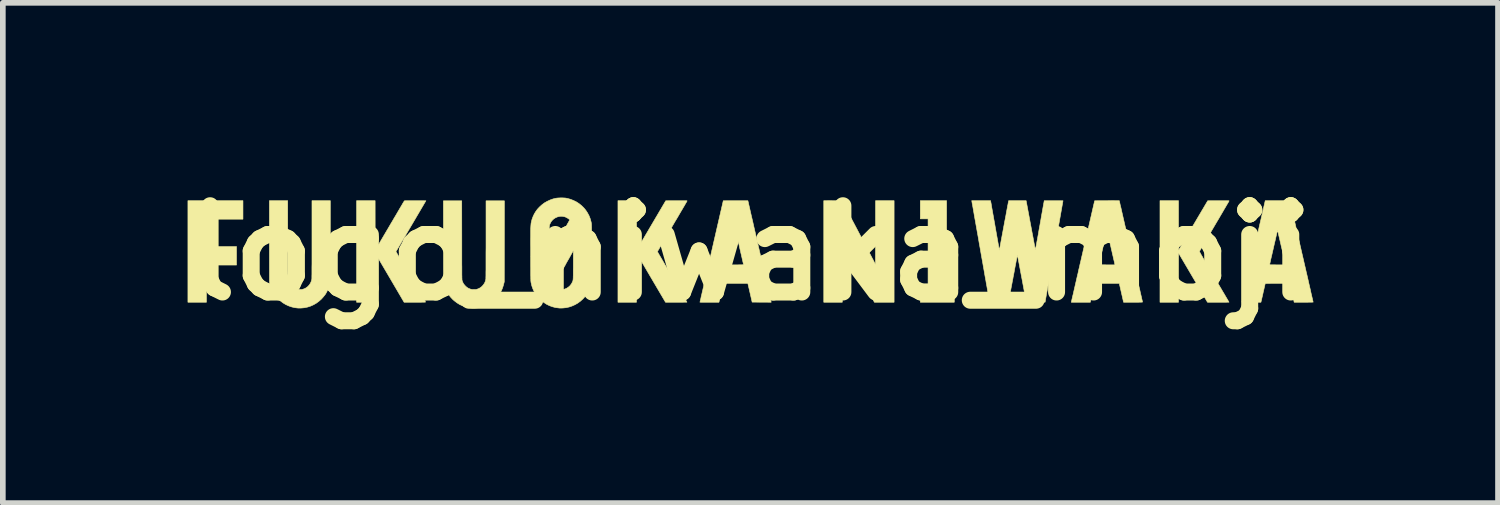
<source format=kicad_pcb>
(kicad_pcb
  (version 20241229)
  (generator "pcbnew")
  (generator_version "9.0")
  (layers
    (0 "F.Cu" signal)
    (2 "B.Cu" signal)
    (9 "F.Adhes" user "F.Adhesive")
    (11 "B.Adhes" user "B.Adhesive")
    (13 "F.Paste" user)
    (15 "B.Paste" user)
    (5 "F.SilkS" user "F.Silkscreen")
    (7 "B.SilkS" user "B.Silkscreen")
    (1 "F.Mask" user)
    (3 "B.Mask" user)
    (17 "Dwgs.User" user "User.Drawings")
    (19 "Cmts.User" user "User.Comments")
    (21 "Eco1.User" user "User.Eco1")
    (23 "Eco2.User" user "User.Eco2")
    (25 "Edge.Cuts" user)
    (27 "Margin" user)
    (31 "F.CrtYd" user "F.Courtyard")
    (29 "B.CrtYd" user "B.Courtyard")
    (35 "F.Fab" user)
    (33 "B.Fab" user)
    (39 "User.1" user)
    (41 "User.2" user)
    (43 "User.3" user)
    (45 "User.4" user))
  (footprint "logo_niwaka_moji"
    (layer "F.Cu")
    (at 10.204 1.418)
    (property "Reference" "logo_niwaka_moji" (at 0 0 0) (layer "F.SilkS") (effects (font (size 1.524 1.524) (thickness 0.3))))
    (attr through_hole)
    (fp_poly (pts (xy -8.963 -0.597) (xy -9.608 -0.597) (xy -9.608 -0.114) (xy -9.077 -0.114) (xy -9.077 0.213) (xy -9.608 0.213) (xy -9.608 0.87) (xy -9.935 0.87) (xy -9.935 -0.924) (xy -8.963 -0.924) (xy -8.963 -0.597)) (stroke (width 0.01) (type solid)) (fill yes) (layer "F.SilkS"))
    (fp_poly (pts (xy 3.464 0.549) (xy 3.6 0.549) (xy 3.6 0.87) (xy 3 0.87) (xy 3 0.549) (xy 3.137 0.549) (xy 3.137 -0.603) (xy 3 -0.603) (xy 3 -0.924) (xy 3.464 -0.924) (xy 3.464 0.549)) (stroke (width 0.01) (type solid)) (fill yes) (layer "F.SilkS"))
    (fp_poly (pts (xy 1.456 -0.923) (xy 1.617 -0.922) (xy 1.913 -0.361) (xy 2.208 0.201) (xy 2.209 -0.361) (xy 2.21 -0.924) (xy 2.537 -0.924) (xy 2.537 0.87) (xy 2.363 0.87) (xy 2.189 0.87) (xy 1.906 0.331) (xy 1.622 -0.208) (xy 1.622 0.87) (xy 1.295 0.87) (xy 1.295 -0.924) (xy 1.456 -0.923)) (stroke (width 0.01) (type solid)) (fill yes) (layer "F.SilkS"))
    (fp_poly (pts (xy -6.628 -0.047) (xy -6.372 -0.481) (xy -6.344 -0.529) (xy -6.316 -0.576) (xy -6.29 -0.621) (xy -6.264 -0.664) (xy -6.24 -0.705) (xy -6.218 -0.743) (xy -6.197 -0.779) (xy -6.178 -0.811) (xy -6.161 -0.839) (xy -6.147 -0.864) (xy -6.135 -0.884) (xy -6.125 -0.9) (xy -6.118 -0.912) (xy -6.114 -0.918) (xy -6.114 -0.919) (xy -6.112 -0.92) (xy -6.109 -0.921) (xy -6.104 -0.922) (xy -6.096 -0.922) (xy -6.085 -0.923) (xy -6.071 -0.923) (xy -6.053 -0.923) (xy -6.03 -0.923) (xy -6.003 -0.923) (xy -5.97 -0.923) (xy -5.931 -0.923) (xy -5.921 -0.923) (xy -5.732 -0.922) (xy -5.996 -0.473) (xy -6.261 -0.024) (xy -6.252 -0.01) (xy -6.25 -0.005) (xy -6.244 0.004) (xy -6.236 0.019) (xy -6.225 0.038) (xy -6.211 0.061) (xy -6.195 0.088) (xy -6.177 0.118) (xy -6.157 0.153) (xy -6.135 0.19) (xy -6.112 0.229) (xy -6.087 0.272) (xy -6.061 0.316) (xy -6.034 0.362) (xy -6.006 0.41) (xy -5.992 0.433) (xy -5.964 0.481) (xy -5.936 0.528) (xy -5.91 0.573) (xy -5.885 0.616) (xy -5.861 0.656) (xy -5.839 0.694) (xy -5.818 0.729) (xy -5.8 0.76) (xy -5.783 0.788) (xy -5.769 0.812) (xy -5.757 0.833) (xy -5.748 0.848) (xy -5.742 0.859) (xy -5.739 0.865) (xy -5.738 0.866) (xy -5.739 0.867) (xy -5.742 0.868) (xy -5.749 0.868) (xy -5.759 0.869) (xy -5.773 0.869) (xy -5.791 0.869) (xy -5.814 0.87) (xy -5.842 0.87) (xy -5.875 0.87) (xy -5.914 0.87) (xy -5.927 0.87) (xy -6.117 0.87) (xy -6.372 0.435) (xy -6.628 -0.000107) (xy -6.629 0.435) (xy -6.629 0.87) (xy -6.956 0.87) (xy -6.956 -0.924) (xy -6.629 -0.924) (xy -6.628 -0.047)) (stroke (width 0.01) (type solid)) (fill yes) (layer "F.SilkS"))
    (fp_poly (pts (xy -2.012 -0.486) (xy -2.011 -0.047) (xy -1.496 -0.922) (xy -1.307 -0.923) (xy -1.267 -0.923) (xy -1.234 -0.923) (xy -1.205 -0.923) (xy -1.182 -0.923) (xy -1.163 -0.923) (xy -1.149 -0.923) (xy -1.137 -0.923) (xy -1.129 -0.922) (xy -1.124 -0.922) (xy -1.121 -0.921) (xy -1.119 -0.92) (xy -1.119 -0.919) (xy -1.119 -0.919) (xy -1.121 -0.915) (xy -1.126 -0.907) (xy -1.133 -0.894) (xy -1.144 -0.876) (xy -1.157 -0.853) (xy -1.172 -0.827) (xy -1.19 -0.797) (xy -1.209 -0.764) (xy -1.231 -0.727) (xy -1.254 -0.688) (xy -1.278 -0.646) (xy -1.304 -0.602) (xy -1.332 -0.556) (xy -1.36 -0.508) (xy -1.382 -0.47) (xy -1.411 -0.421) (xy -1.438 -0.374) (xy -1.465 -0.328) (xy -1.491 -0.285) (xy -1.515 -0.244) (xy -1.537 -0.205) (xy -1.558 -0.169) (xy -1.577 -0.137) (xy -1.594 -0.108) (xy -1.609 -0.083) (xy -1.621 -0.061) (xy -1.631 -0.045) (xy -1.638 -0.033) (xy -1.642 -0.025) (xy -1.643 -0.023) (xy -1.641 -0.02) (xy -1.636 -0.012) (xy -1.629 0.001) (xy -1.619 0.019) (xy -1.606 0.041) (xy -1.591 0.067) (xy -1.573 0.097) (xy -1.554 0.13) (xy -1.533 0.166) (xy -1.51 0.206) (xy -1.485 0.247) (xy -1.459 0.292) (xy -1.432 0.338) (xy -1.404 0.385) (xy -1.382 0.423) (xy -1.353 0.472) (xy -1.325 0.52) (xy -1.298 0.565) (xy -1.273 0.609) (xy -1.249 0.65) (xy -1.226 0.688) (xy -1.205 0.724) (xy -1.186 0.756) (xy -1.169 0.785) (xy -1.155 0.81) (xy -1.142 0.831) (xy -1.133 0.848) (xy -1.126 0.86) (xy -1.122 0.866) (xy -1.121 0.868) (xy -1.124 0.869) (xy -1.133 0.869) (xy -1.147 0.869) (xy -1.166 0.869) (xy -1.189 0.87) (xy -1.215 0.87) (xy -1.245 0.87) (xy -1.277 0.87) (xy -1.31 0.87) (xy -1.5 0.87) (xy -1.756 0.435) (xy -2.011 0.001) (xy -2.013 0.87) (xy -2.34 0.87) (xy -2.34 -0.924) (xy -2.013 -0.924) (xy -2.012 -0.486)) (stroke (width 0.01) (type solid)) (fill yes) (layer "F.SilkS"))
    (fp_poly (pts (xy 7.56 -0.486) (xy 7.561 -0.048) (xy 7.818 -0.485) (xy 8.076 -0.922) (xy 8.266 -0.923) (xy 8.307 -0.923) (xy 8.341 -0.923) (xy 8.371 -0.923) (xy 8.395 -0.923) (xy 8.414 -0.923) (xy 8.429 -0.923) (xy 8.44 -0.922) (xy 8.448 -0.922) (xy 8.452 -0.921) (xy 8.454 -0.92) (xy 8.454 -0.92) (xy 8.452 -0.917) (xy 8.448 -0.909) (xy 8.44 -0.896) (xy 8.43 -0.878) (xy 8.417 -0.857) (xy 8.402 -0.831) (xy 8.385 -0.802) (xy 8.366 -0.77) (xy 8.346 -0.735) (xy 8.324 -0.697) (xy 8.3 -0.657) (xy 8.276 -0.615) (xy 8.25 -0.572) (xy 8.224 -0.528) (xy 8.197 -0.482) (xy 8.17 -0.436) (xy 8.143 -0.39) (xy 8.116 -0.343) (xy 8.089 -0.297) (xy 8.062 -0.252) (xy 8.036 -0.208) (xy 8.011 -0.165) (xy 7.986 -0.124) (xy 7.963 -0.085) (xy 7.942 -0.048) (xy 7.932 -0.032) (xy 7.932 -0.03) (xy 7.931 -0.029) (xy 7.931 -0.027) (xy 7.932 -0.024) (xy 7.933 -0.021) (xy 7.936 -0.016) (xy 7.939 -0.009) (xy 7.943 -0.001) (xy 7.949 0.01) (xy 7.956 0.022) (xy 7.964 0.038) (xy 7.975 0.055) (xy 7.987 0.077) (xy 8.001 0.101) (xy 8.017 0.129) (xy 8.036 0.16) (xy 8.057 0.196) (xy 8.08 0.236) (xy 8.106 0.281) (xy 8.135 0.33) (xy 8.167 0.384) (xy 8.19 0.422) (xy 8.218 0.471) (xy 8.246 0.518) (xy 8.273 0.564) (xy 8.299 0.608) (xy 8.323 0.649) (xy 8.346 0.688) (xy 8.367 0.723) (xy 8.386 0.756) (xy 8.403 0.785) (xy 8.418 0.81) (xy 8.43 0.831) (xy 8.44 0.848) (xy 8.447 0.86) (xy 8.451 0.867) (xy 8.452 0.869) (xy 8.449 0.869) (xy 8.44 0.869) (xy 8.426 0.869) (xy 8.407 0.87) (xy 8.384 0.87) (xy 8.357 0.87) (xy 8.328 0.87) (xy 8.296 0.87) (xy 8.262 0.87) (xy 8.072 0.87) (xy 7.817 0.436) (xy 7.561 0.001) (xy 7.56 0.87) (xy 7.233 0.87) (xy 7.233 -0.924) (xy 7.56 -0.924) (xy 7.56 -0.486)) (stroke (width 0.01) (type solid)) (fill yes) (layer "F.SilkS"))
    (fp_poly (pts (xy -4.347 -0.206) (xy -4.348 0.51) (xy -4.356 0.541) (xy -4.368 0.585) (xy -4.383 0.629) (xy -4.401 0.671) (xy -4.422 0.709) (xy -4.434 0.729) (xy -4.468 0.774) (xy -4.507 0.816) (xy -4.549 0.854) (xy -4.595 0.887) (xy -4.644 0.915) (xy -4.694 0.938) (xy -4.747 0.955) (xy -4.8 0.966) (xy -4.813 0.968) (xy -4.833 0.97) (xy -4.856 0.972) (xy -4.878 0.973) (xy -4.899 0.973) (xy -4.915 0.973) (xy -4.973 0.966) (xy -5.029 0.953) (xy -5.083 0.934) (xy -5.136 0.91) (xy -5.185 0.879) (xy -5.232 0.843) (xy -5.259 0.819) (xy -5.299 0.776) (xy -5.334 0.73) (xy -5.363 0.68) (xy -5.388 0.627) (xy -5.407 0.571) (xy -5.414 0.541) (xy -5.421 0.51) (xy -5.422 -0.206) (xy -5.423 -0.921) (xy -5.099 -0.921) (xy -5.098 -0.226) (xy -5.098 -0.148) (xy -5.098 -0.076) (xy -5.098 -0.009) (xy -5.098 0.052) (xy -5.098 0.107) (xy -5.098 0.158) (xy -5.098 0.203) (xy -5.097 0.245) (xy -5.097 0.281) (xy -5.097 0.314) (xy -5.097 0.343) (xy -5.097 0.368) (xy -5.097 0.39) (xy -5.096 0.409) (xy -5.096 0.425) (xy -5.096 0.439) (xy -5.095 0.45) (xy -5.095 0.46) (xy -5.095 0.467) (xy -5.094 0.473) (xy -5.094 0.478) (xy -5.093 0.482) (xy -5.093 0.485) (xy -5.092 0.487) (xy -5.092 0.487) (xy -5.081 0.517) (xy -5.067 0.544) (xy -5.048 0.568) (xy -5.036 0.581) (xy -5.017 0.599) (xy -4.999 0.613) (xy -4.98 0.624) (xy -4.958 0.633) (xy -4.948 0.637) (xy -4.936 0.641) (xy -4.925 0.643) (xy -4.914 0.645) (xy -4.901 0.646) (xy -4.885 0.646) (xy -4.867 0.646) (xy -4.854 0.645) (xy -4.843 0.643) (xy -4.832 0.641) (xy -4.821 0.637) (xy -4.795 0.627) (xy -4.773 0.614) (xy -4.752 0.599) (xy -4.74 0.588) (xy -4.715 0.56) (xy -4.695 0.529) (xy -4.681 0.496) (xy -4.674 0.463) (xy -4.673 0.458) (xy -4.673 0.446) (xy -4.673 0.428) (xy -4.672 0.404) (xy -4.672 0.374) (xy -4.672 0.337) (xy -4.671 0.295) (xy -4.671 0.246) (xy -4.671 0.192) (xy -4.671 0.131) (xy -4.671 0.063) (xy -4.671 -0.01) (xy -4.67 -0.09) (xy -4.67 -0.176) (xy -4.67 -0.239) (xy -4.67 -0.921) (xy -4.508 -0.921) (xy -4.346 -0.921) (xy -4.347 -0.206)) (stroke (width 0.01) (type solid)) (fill yes) (layer "F.SilkS"))
    (fp_poly (pts (xy -8.173 -0.924) (xy -8.172 -0.228) (xy -8.172 -0.149) (xy -8.172 -0.077) (xy -8.171 -0.01) (xy -8.171 0.051) (xy -8.171 0.106) (xy -8.171 0.157) (xy -8.171 0.203) (xy -8.171 0.244) (xy -8.171 0.28) (xy -8.171 0.313) (xy -8.17 0.342) (xy -8.17 0.368) (xy -8.17 0.39) (xy -8.17 0.409) (xy -8.169 0.425) (xy -8.169 0.439) (xy -8.169 0.45) (xy -8.168 0.459) (xy -8.168 0.467) (xy -8.168 0.473) (xy -8.167 0.478) (xy -8.167 0.481) (xy -8.166 0.484) (xy -8.165 0.487) (xy -8.165 0.487) (xy -8.154 0.517) (xy -8.14 0.544) (xy -8.121 0.568) (xy -8.109 0.581) (xy -8.09 0.599) (xy -8.072 0.613) (xy -8.053 0.624) (xy -8.032 0.633) (xy -8.022 0.637) (xy -8.009 0.641) (xy -7.999 0.643) (xy -7.988 0.645) (xy -7.974 0.646) (xy -7.958 0.646) (xy -7.941 0.646) (xy -7.927 0.645) (xy -7.916 0.643) (xy -7.906 0.641) (xy -7.895 0.637) (xy -7.868 0.627) (xy -7.846 0.614) (xy -7.825 0.599) (xy -7.813 0.588) (xy -7.788 0.56) (xy -7.769 0.529) (xy -7.755 0.496) (xy -7.747 0.463) (xy -7.747 0.458) (xy -7.746 0.446) (xy -7.746 0.428) (xy -7.746 0.404) (xy -7.745 0.374) (xy -7.745 0.337) (xy -7.745 0.295) (xy -7.745 0.247) (xy -7.744 0.192) (xy -7.744 0.131) (xy -7.744 0.064) (xy -7.744 -0.01) (xy -7.744 -0.09) (xy -7.744 -0.176) (xy -7.744 -0.241) (xy -7.744 -0.924) (xy -7.582 -0.924) (xy -7.42 -0.924) (xy -7.421 -0.207) (xy -7.422 0.51) (xy -7.429 0.541) (xy -7.441 0.585) (xy -7.456 0.629) (xy -7.475 0.671) (xy -7.495 0.709) (xy -7.507 0.729) (xy -7.542 0.774) (xy -7.58 0.816) (xy -7.623 0.854) (xy -7.668 0.887) (xy -7.717 0.915) (xy -7.768 0.938) (xy -7.82 0.955) (xy -7.874 0.966) (xy -7.886 0.968) (xy -7.907 0.97) (xy -7.929 0.972) (xy -7.952 0.973) (xy -7.972 0.973) (xy -7.988 0.973) (xy -8.046 0.966) (xy -8.102 0.953) (xy -8.157 0.934) (xy -8.209 0.91) (xy -8.258 0.88) (xy -8.305 0.844) (xy -8.331 0.821) (xy -8.371 0.778) (xy -8.405 0.733) (xy -8.434 0.686) (xy -8.458 0.635) (xy -8.477 0.58) (xy -8.488 0.541) (xy -8.495 0.51) (xy -8.496 -0.207) (xy -8.496 -0.924) (xy -8.334 -0.924) (xy -8.173 -0.924)) (stroke (width 0.01) (type solid)) (fill yes) (layer "F.SilkS"))
    (fp_poly (pts (xy 9.732 -0.029) (xy 9.749 0.045) (xy 9.766 0.117) (xy 9.782 0.188) (xy 9.798 0.256) (xy 9.813 0.322) (xy 9.828 0.386) (xy 9.842 0.446) (xy 9.855 0.504) (xy 9.867 0.558) (xy 9.879 0.609) (xy 9.89 0.656) (xy 9.899 0.699) (xy 9.908 0.738) (xy 9.916 0.772) (xy 9.923 0.801) (xy 9.928 0.825) (xy 9.933 0.844) (xy 9.936 0.858) (xy 9.937 0.866) (xy 9.938 0.868) (xy 9.935 0.868) (xy 9.926 0.868) (xy 9.912 0.869) (xy 9.893 0.869) (xy 9.871 0.869) (xy 9.845 0.87) (xy 9.816 0.87) (xy 9.784 0.87) (xy 9.77 0.87) (xy 9.603 0.87) (xy 9.565 0.703) (xy 9.527 0.537) (xy 9.309 0.537) (xy 9.092 0.538) (xy 9.09 0.548) (xy 9.089 0.553) (xy 9.086 0.563) (xy 9.083 0.578) (xy 9.078 0.598) (xy 9.073 0.621) (xy 9.067 0.648) (xy 9.06 0.677) (xy 9.053 0.707) (xy 9.052 0.714) (xy 9.016 0.87) (xy 8.848 0.87) (xy 8.811 0.87) (xy 8.78 0.87) (xy 8.754 0.87) (xy 8.733 0.87) (xy 8.716 0.869) (xy 8.704 0.869) (xy 8.694 0.869) (xy 8.688 0.868) (xy 8.684 0.867) (xy 8.682 0.867) (xy 8.681 0.865) (xy 8.681 0.864) (xy 8.682 0.861) (xy 8.684 0.851) (xy 8.688 0.836) (xy 8.692 0.816) (xy 8.698 0.79) (xy 8.705 0.759) (xy 8.713 0.724) (xy 8.723 0.684) (xy 8.733 0.639) (xy 8.744 0.591) (xy 8.756 0.539) (xy 8.768 0.484) (xy 8.782 0.425) (xy 8.796 0.364) (xy 8.811 0.3) (xy 8.826 0.233) (xy 8.832 0.207) (xy 9.169 0.207) (xy 9.172 0.208) (xy 9.181 0.208) (xy 9.195 0.209) (xy 9.213 0.209) (xy 9.235 0.209) (xy 9.261 0.209) (xy 9.289 0.21) (xy 9.31 0.21) (xy 9.451 0.21) (xy 9.443 0.172) (xy 9.44 0.163) (xy 9.437 0.149) (xy 9.433 0.129) (xy 9.427 0.105) (xy 9.421 0.077) (xy 9.413 0.045) (xy 9.405 0.011) (xy 9.397 -0.027) (xy 9.388 -0.066) (xy 9.378 -0.106) (xy 9.372 -0.133) (xy 9.363 -0.173) (xy 9.354 -0.211) (xy 9.346 -0.247) (xy 9.338 -0.28) (xy 9.331 -0.31) (xy 9.325 -0.337) (xy 9.32 -0.359) (xy 9.315 -0.377) (xy 9.312 -0.39) (xy 9.31 -0.398) (xy 9.309 -0.4) (xy 9.308 -0.397) (xy 9.306 -0.388) (xy 9.303 -0.374) (xy 9.298 -0.356) (xy 9.293 -0.333) (xy 9.287 -0.307) (xy 9.28 -0.278) (xy 9.273 -0.245) (xy 9.265 -0.211) (xy 9.256 -0.176) (xy 9.248 -0.139) (xy 9.239 -0.101) (xy 9.231 -0.064) (xy 9.222 -0.027) (xy 9.214 0.009) (xy 9.206 0.044) (xy 9.198 0.077) (xy 9.191 0.107) (xy 9.185 0.134) (xy 9.18 0.158) (xy 9.176 0.177) (xy 9.172 0.192) (xy 9.17 0.202) (xy 9.169 0.207) (xy 9.169 0.207) (xy 8.832 0.207) (xy 8.842 0.164) (xy 8.858 0.093) (xy 8.875 0.02) (xy 8.887 -0.033) (xy 9.092 -0.924) (xy 9.309 -0.924) (xy 9.527 -0.924) (xy 9.732 -0.029)) (stroke (width 0.01) (type solid)) (fill yes) (layer "F.SilkS"))
    (fp_poly (pts (xy 6.516 -0.915) (xy 6.517 -0.911) (xy 6.519 -0.902) (xy 6.523 -0.886) (xy 6.527 -0.865) (xy 6.533 -0.839) (xy 6.541 -0.808) (xy 6.549 -0.773) (xy 6.558 -0.732) (xy 6.568 -0.688) (xy 6.579 -0.64) (xy 6.591 -0.588) (xy 6.604 -0.532) (xy 6.617 -0.474) (xy 6.632 -0.412) (xy 6.646 -0.348) (xy 6.662 -0.281) (xy 6.678 -0.212) (xy 6.694 -0.141) (xy 6.711 -0.068) (xy 6.721 -0.022) (xy 6.738 0.052) (xy 6.755 0.124) (xy 6.771 0.194) (xy 6.787 0.262) (xy 6.802 0.328) (xy 6.816 0.391) (xy 6.83 0.452) (xy 6.843 0.509) (xy 6.855 0.563) (xy 6.867 0.613) (xy 6.878 0.66) (xy 6.887 0.702) (xy 6.896 0.74) (xy 6.904 0.774) (xy 6.91 0.803) (xy 6.916 0.827) (xy 6.92 0.845) (xy 6.923 0.858) (xy 6.924 0.865) (xy 6.925 0.867) (xy 6.922 0.867) (xy 6.914 0.868) (xy 6.9 0.869) (xy 6.881 0.869) (xy 6.855 0.87) (xy 6.824 0.87) (xy 6.787 0.87) (xy 6.757 0.87) (xy 6.59 0.87) (xy 6.552 0.703) (xy 6.514 0.537) (xy 6.296 0.537) (xy 6.079 0.538) (xy 6.046 0.681) (xy 6.039 0.711) (xy 6.033 0.74) (xy 6.027 0.767) (xy 6.021 0.792) (xy 6.016 0.813) (xy 6.012 0.83) (xy 6.01 0.842) (xy 6.008 0.847) (xy 6.003 0.87) (xy 5.667 0.87) (xy 5.669 0.861) (xy 5.67 0.857) (xy 5.672 0.848) (xy 5.675 0.832) (xy 5.68 0.811) (xy 5.686 0.785) (xy 5.693 0.754) (xy 5.702 0.719) (xy 5.711 0.678) (xy 5.721 0.634) (xy 5.732 0.586) (xy 5.744 0.534) (xy 5.757 0.478) (xy 5.77 0.42) (xy 5.785 0.358) (xy 5.799 0.293) (xy 5.815 0.227) (xy 5.819 0.206) (xy 6.156 0.206) (xy 6.159 0.207) (xy 6.167 0.208) (xy 6.181 0.208) (xy 6.2 0.209) (xy 6.225 0.209) (xy 6.256 0.209) (xy 6.294 0.21) (xy 6.297 0.21) (xy 6.438 0.21) (xy 6.434 0.193) (xy 6.433 0.187) (xy 6.431 0.176) (xy 6.427 0.16) (xy 6.422 0.138) (xy 6.416 0.113) (xy 6.409 0.083) (xy 6.402 0.05) (xy 6.393 0.015) (xy 6.385 -0.024) (xy 6.375 -0.064) (xy 6.366 -0.106) (xy 6.364 -0.114) (xy 6.352 -0.165) (xy 6.341 -0.212) (xy 6.332 -0.254) (xy 6.323 -0.29) (xy 6.315 -0.322) (xy 6.309 -0.349) (xy 6.304 -0.37) (xy 6.3 -0.385) (xy 6.297 -0.394) (xy 6.295 -0.398) (xy 6.295 -0.398) (xy 6.294 -0.394) (xy 6.292 -0.384) (xy 6.288 -0.37) (xy 6.284 -0.351) (xy 6.278 -0.327) (xy 6.272 -0.3) (xy 6.265 -0.271) (xy 6.258 -0.238) (xy 6.25 -0.203) (xy 6.241 -0.167) (xy 6.233 -0.13) (xy 6.224 -0.093) (xy 6.216 -0.055) (xy 6.207 -0.018) (xy 6.199 0.017) (xy 6.191 0.052) (xy 6.184 0.084) (xy 6.177 0.113) (xy 6.171 0.14) (xy 6.166 0.162) (xy 6.162 0.181) (xy 6.159 0.195) (xy 6.157 0.203) (xy 6.156 0.206) (xy 5.819 0.206) (xy 5.831 0.157) (xy 5.847 0.086) (xy 5.864 0.014) (xy 5.875 -0.035) (xy 6.079 -0.922) (xy 6.297 -0.923) (xy 6.514 -0.924) (xy 6.516 -0.915)) (stroke (width 0.01) (type solid)) (fill yes) (layer "F.SilkS"))
    (fp_poly (pts (xy -0.13 -0.923) (xy -0.104 -0.923) (xy -0.082 -0.923) (xy -0.065 -0.923) (xy -0.052 -0.923) (xy -0.046 -0.922) (xy -0.044 -0.922) (xy -0.044 -0.919) (xy -0.042 -0.91) (xy -0.038 -0.895) (xy -0.034 -0.875) (xy -0.028 -0.849) (xy -0.021 -0.819) (xy -0.013 -0.784) (xy -0.004 -0.744) (xy 0.006 -0.7) (xy 0.017 -0.652) (xy 0.029 -0.601) (xy 0.042 -0.546) (xy 0.055 -0.487) (xy 0.069 -0.426) (xy 0.084 -0.362) (xy 0.099 -0.295) (xy 0.115 -0.227) (xy 0.131 -0.156) (xy 0.148 -0.083) (xy 0.159 -0.036) (xy 0.176 0.038) (xy 0.193 0.11) (xy 0.209 0.181) (xy 0.224 0.249) (xy 0.24 0.315) (xy 0.254 0.378) (xy 0.268 0.439) (xy 0.281 0.497) (xy 0.294 0.551) (xy 0.305 0.602) (xy 0.316 0.649) (xy 0.326 0.692) (xy 0.335 0.73) (xy 0.343 0.764) (xy 0.349 0.794) (xy 0.355 0.818) (xy 0.359 0.837) (xy 0.362 0.85) (xy 0.364 0.858) (xy 0.364 0.86) (xy 0.366 0.87) (xy 0.198 0.869) (xy 0.03 0.868) (xy -0.008 0.702) (xy -0.046 0.537) (xy -0.262 0.537) (xy -0.305 0.537) (xy -0.341 0.537) (xy -0.372 0.537) (xy -0.398 0.537) (xy -0.42 0.537) (xy -0.437 0.537) (xy -0.451 0.537) (xy -0.461 0.538) (xy -0.469 0.538) (xy -0.474 0.539) (xy -0.478 0.54) (xy -0.48 0.541) (xy -0.48 0.542) (xy -0.481 0.542) (xy -0.482 0.546) (xy -0.484 0.556) (xy -0.487 0.571) (xy -0.492 0.59) (xy -0.497 0.612) (xy -0.503 0.638) (xy -0.51 0.666) (xy -0.516 0.697) (xy -0.518 0.702) (xy -0.525 0.732) (xy -0.531 0.761) (xy -0.537 0.787) (xy -0.543 0.811) (xy -0.547 0.831) (xy -0.551 0.846) (xy -0.553 0.857) (xy -0.554 0.863) (xy -0.555 0.863) (xy -0.556 0.87) (xy -0.724 0.87) (xy -0.756 0.87) (xy -0.786 0.87) (xy -0.814 0.87) (xy -0.838 0.87) (xy -0.858 0.87) (xy -0.875 0.87) (xy -0.886 0.869) (xy -0.891 0.869) (xy -0.892 0.869) (xy -0.891 0.866) (xy -0.889 0.857) (xy -0.886 0.842) (xy -0.881 0.822) (xy -0.875 0.797) (xy -0.869 0.766) (xy -0.86 0.731) (xy -0.851 0.691) (xy -0.841 0.648) (xy -0.83 0.6) (xy -0.818 0.548) (xy -0.806 0.493) (xy -0.792 0.435) (xy -0.778 0.373) (xy -0.764 0.309) (xy -0.748 0.242) (xy -0.741 0.21) (xy -0.404 0.21) (xy -0.262 0.21) (xy -0.227 0.21) (xy -0.198 0.209) (xy -0.174 0.209) (xy -0.156 0.209) (xy -0.142 0.208) (xy -0.132 0.208) (xy -0.125 0.207) (xy -0.122 0.206) (xy -0.121 0.206) (xy -0.122 0.202) (xy -0.125 0.193) (xy -0.128 0.178) (xy -0.133 0.158) (xy -0.138 0.134) (xy -0.145 0.106) (xy -0.152 0.074) (xy -0.16 0.039) (xy -0.169 0.002) (xy -0.178 -0.039) (xy -0.188 -0.081) (xy -0.192 -0.101) (xy -0.204 -0.154) (xy -0.216 -0.201) (xy -0.226 -0.245) (xy -0.235 -0.283) (xy -0.243 -0.316) (xy -0.249 -0.343) (xy -0.255 -0.366) (xy -0.259 -0.382) (xy -0.262 -0.393) (xy -0.264 -0.398) (xy -0.264 -0.398) (xy -0.265 -0.394) (xy -0.267 -0.385) (xy -0.271 -0.371) (xy -0.275 -0.351) (xy -0.281 -0.328) (xy -0.287 -0.302) (xy -0.294 -0.272) (xy -0.301 -0.239) (xy -0.309 -0.205) (xy -0.318 -0.169) (xy -0.326 -0.132) (xy -0.335 -0.095) (xy -0.343 -0.057) (xy -0.352 -0.02) (xy -0.36 0.015) (xy -0.368 0.049) (xy -0.375 0.081) (xy -0.382 0.111) (xy -0.388 0.137) (xy -0.393 0.159) (xy -0.397 0.178) (xy -0.4 0.191) (xy -0.402 0.199) (xy -0.402 0.201) (xy -0.404 0.21) (xy -0.741 0.21) (xy -0.732 0.173) (xy -0.716 0.102) (xy -0.699 0.03) (xy -0.686 -0.027) (xy -0.48 -0.922) (xy -0.262 -0.923) (xy -0.226 -0.923) (xy -0.191 -0.923) (xy -0.159 -0.923) (xy -0.13 -0.923)) (stroke (width 0.01) (type solid)) (fill yes) (layer "F.SilkS"))
    (fp_poly (pts (xy 4.074 -0.924) (xy 4.241 -0.924) (xy 4.243 -0.915) (xy 4.243 -0.911) (xy 4.245 -0.901) (xy 4.248 -0.886) (xy 4.252 -0.865) (xy 4.256 -0.839) (xy 4.261 -0.809) (xy 4.267 -0.776) (xy 4.274 -0.738) (xy 4.281 -0.697) (xy 4.289 -0.653) (xy 4.297 -0.607) (xy 4.306 -0.558) (xy 4.315 -0.507) (xy 4.32 -0.477) (xy 4.396 -0.048) (xy 4.468 -0.433) (xy 4.477 -0.482) (xy 4.486 -0.531) (xy 4.495 -0.578) (xy 4.504 -0.623) (xy 4.512 -0.666) (xy 4.519 -0.707) (xy 4.526 -0.744) (xy 4.532 -0.777) (xy 4.538 -0.806) (xy 4.542 -0.831) (xy 4.546 -0.85) (xy 4.549 -0.864) (xy 4.55 -0.871) (xy 4.56 -0.924) (xy 4.869 -0.924) (xy 4.949 -0.495) (xy 4.959 -0.443) (xy 4.968 -0.393) (xy 4.977 -0.346) (xy 4.986 -0.3) (xy 4.994 -0.258) (xy 5.001 -0.218) (xy 5.008 -0.182) (xy 5.014 -0.15) (xy 5.019 -0.122) (xy 5.024 -0.099) (xy 5.027 -0.08) (xy 5.03 -0.067) (xy 5.031 -0.06) (xy 5.032 -0.058) (xy 5.033 -0.06) (xy 5.035 -0.068) (xy 5.037 -0.082) (xy 5.041 -0.102) (xy 5.046 -0.127) (xy 5.052 -0.157) (xy 5.058 -0.193) (xy 5.066 -0.233) (xy 5.074 -0.278) (xy 5.083 -0.327) (xy 5.092 -0.381) (xy 5.102 -0.438) (xy 5.111 -0.486) (xy 5.12 -0.538) (xy 5.129 -0.588) (xy 5.137 -0.636) (xy 5.145 -0.681) (xy 5.153 -0.724) (xy 5.16 -0.763) (xy 5.166 -0.799) (xy 5.172 -0.831) (xy 5.177 -0.859) (xy 5.181 -0.882) (xy 5.185 -0.901) (xy 5.187 -0.914) (xy 5.188 -0.921) (xy 5.189 -0.923) (xy 5.192 -0.923) (xy 5.201 -0.923) (xy 5.216 -0.923) (xy 5.234 -0.923) (xy 5.257 -0.923) (xy 5.283 -0.923) (xy 5.312 -0.923) (xy 5.343 -0.923) (xy 5.355 -0.923) (xy 5.52 -0.922) (xy 5.362 -0.027) (xy 5.349 0.047) (xy 5.336 0.12) (xy 5.324 0.191) (xy 5.311 0.26) (xy 5.3 0.326) (xy 5.288 0.39) (xy 5.278 0.451) (xy 5.268 0.509) (xy 5.258 0.563) (xy 5.249 0.614) (xy 5.241 0.661) (xy 5.233 0.704) (xy 5.226 0.742) (xy 5.22 0.776) (xy 5.215 0.805) (xy 5.211 0.829) (xy 5.208 0.848) (xy 5.205 0.861) (xy 5.204 0.868) (xy 5.204 0.869) (xy 5.201 0.869) (xy 5.192 0.869) (xy 5.178 0.87) (xy 5.159 0.87) (xy 5.137 0.87) (xy 5.111 0.87) (xy 5.082 0.87) (xy 5.051 0.87) (xy 5.038 0.87) (xy 4.872 0.87) (xy 4.795 0.455) (xy 4.785 0.404) (xy 4.776 0.356) (xy 4.767 0.309) (xy 4.759 0.265) (xy 4.751 0.224) (xy 4.744 0.185) (xy 4.737 0.151) (xy 4.731 0.12) (xy 4.726 0.094) (xy 4.722 0.072) (xy 4.719 0.055) (xy 4.717 0.044) (xy 4.715 0.038) (xy 4.715 0.037) (xy 4.714 0.04) (xy 4.712 0.049) (xy 4.709 0.063) (xy 4.706 0.082) (xy 4.701 0.107) (xy 4.695 0.135) (xy 4.689 0.168) (xy 4.682 0.204) (xy 4.674 0.244) (xy 4.666 0.287) (xy 4.658 0.332) (xy 4.649 0.38) (xy 4.639 0.429) (xy 4.636 0.449) (xy 4.626 0.499) (xy 4.617 0.548) (xy 4.608 0.594) (xy 4.6 0.638) (xy 4.592 0.68) (xy 4.585 0.718) (xy 4.579 0.752) (xy 4.573 0.783) (xy 4.568 0.81) (xy 4.564 0.831) (xy 4.56 0.848) (xy 4.558 0.86) (xy 4.557 0.865) (xy 4.557 0.866) (xy 4.555 0.867) (xy 4.551 0.868) (xy 4.543 0.868) (xy 4.532 0.869) (xy 4.516 0.869) (xy 4.496 0.87) (xy 4.471 0.87) (xy 4.441 0.87) (xy 4.405 0.87) (xy 4.391 0.87) (xy 4.352 0.87) (xy 4.32 0.87) (xy 4.293 0.87) (xy 4.272 0.869) (xy 4.255 0.869) (xy 4.242 0.869) (xy 4.233 0.868) (xy 4.227 0.867) (xy 4.225 0.866) (xy 4.224 0.866) (xy 4.224 0.863) (xy 4.222 0.853) (xy 4.219 0.838) (xy 4.216 0.817) (xy 4.211 0.791) (xy 4.206 0.76) (xy 4.199 0.725) (xy 4.192 0.685) (xy 4.184 0.64) (xy 4.176 0.592) (xy 4.166 0.539) (xy 4.157 0.484) (xy 4.146 0.425) (xy 4.135 0.363) (xy 4.124 0.298) (xy 4.112 0.231) (xy 4.1 0.161) (xy 4.087 0.09) (xy 4.074 0.017) (xy 4.067 -0.024) (xy 4.054 -0.098) (xy 4.041 -0.17) (xy 4.029 -0.241) (xy 4.017 -0.31) (xy 4.005 -0.376) (xy 3.994 -0.439) (xy 3.983 -0.5) (xy 3.973 -0.558) (xy 3.963 -0.612) (xy 3.954 -0.663) (xy 3.946 -0.71) (xy 3.939 -0.752) (xy 3.932 -0.791) (xy 3.926 -0.825) (xy 3.921 -0.854) (xy 3.916 -0.877) (xy 3.913 -0.896) (xy 3.911 -0.909) (xy 3.91 -0.916) (xy 3.909 -0.917) (xy 3.908 -0.924) (xy 4.074 -0.924)) (stroke (width 0.01) (type solid)) (fill yes) (layer "F.SilkS"))
    (fp_poly (pts (xy -3.324 -0.973) (xy -3.294 -0.972) (xy -3.267 -0.97) (xy -3.244 -0.966) (xy -3.242 -0.966) (xy -3.184 -0.95) (xy -3.129 -0.929) (xy -3.077 -0.904) (xy -3.029 -0.873) (xy -2.985 -0.838) (xy -2.945 -0.799) (xy -2.909 -0.756) (xy -2.878 -0.709) (xy -2.851 -0.659) (xy -2.83 -0.606) (xy -2.815 -0.551) (xy -2.811 -0.532) (xy -2.81 -0.527) (xy -2.81 -0.523) (xy -2.809 -0.517) (xy -2.808 -0.511) (xy -2.808 -0.504) (xy -2.807 -0.495) (xy -2.807 -0.484) (xy -2.807 -0.471) (xy -2.806 -0.456) (xy -2.806 -0.438) (xy -2.806 -0.417) (xy -2.806 -0.392) (xy -2.805 -0.364) (xy -2.805 -0.332) (xy -2.805 -0.295) (xy -2.805 -0.254) (xy -2.805 -0.208) (xy -2.805 -0.156) (xy -2.805 -0.1) (xy -2.805 -0.037) (xy -2.805 0.003) (xy -2.805 0.506) (xy -2.812 0.539) (xy -2.828 0.596) (xy -2.848 0.649) (xy -2.873 0.699) (xy -2.888 0.723) (xy -2.922 0.77) (xy -2.961 0.813) (xy -3.003 0.851) (xy -3.049 0.885) (xy -3.098 0.913) (xy -3.149 0.936) (xy -3.202 0.954) (xy -3.257 0.966) (xy -3.313 0.972) (xy -3.37 0.973) (xy -3.386 0.971) (xy -3.442 0.964) (xy -3.496 0.95) (xy -3.549 0.931) (xy -3.6 0.906) (xy -3.648 0.875) (xy -3.693 0.84) (xy -3.712 0.823) (xy -3.754 0.779) (xy -3.789 0.734) (xy -3.818 0.686) (xy -3.842 0.635) (xy -3.857 0.593) (xy -3.479 0.593) (xy -3.479 0.594) (xy -3.478 0.595) (xy -3.478 0.596) (xy -3.445 0.618) (xy -3.412 0.634) (xy -3.378 0.643) (xy -3.343 0.647) (xy -3.308 0.644) (xy -3.276 0.636) (xy -3.244 0.622) (xy -3.215 0.603) (xy -3.189 0.58) (xy -3.167 0.553) (xy -3.153 0.53) (xy -3.149 0.521) (xy -3.145 0.514) (xy -3.142 0.507) (xy -3.139 0.501) (xy -3.137 0.493) (xy -3.135 0.486) (xy -3.133 0.476) (xy -3.132 0.465) (xy -3.131 0.452) (xy -3.13 0.436) (xy -3.13 0.417) (xy -3.129 0.395) (xy -3.129 0.368) (xy -3.129 0.337) (xy -3.129 0.3) (xy -3.128 0.259) (xy -3.128 0.213) (xy -3.128 0.173) (xy -3.128 0.136) (xy -3.128 0.1) (xy -3.128 0.068) (xy -3.128 0.039) (xy -3.128 0.013) (xy -3.128 -0.008) (xy -3.128 -0.024) (xy -3.128 -0.035) (xy -3.128 -0.041) (xy -3.128 -0.041) (xy -3.13 -0.038) (xy -3.135 -0.03) (xy -3.142 -0.017) (xy -3.152 0.000211) (xy -3.164 0.022) (xy -3.178 0.047) (xy -3.194 0.076) (xy -3.212 0.108) (xy -3.232 0.142) (xy -3.253 0.179) (xy -3.274 0.219) (xy -3.297 0.259) (xy -3.307 0.276) (xy -3.334 0.324) (xy -3.358 0.368) (xy -3.38 0.406) (xy -3.398 0.44) (xy -3.415 0.469) (xy -3.429 0.495) (xy -3.441 0.517) (xy -3.451 0.535) (xy -3.459 0.55) (xy -3.465 0.562) (xy -3.47 0.572) (xy -3.474 0.58) (xy -3.477 0.586) (xy -3.478 0.59) (xy -3.479 0.593) (xy -3.857 0.593) (xy -3.861 0.581) (xy -3.874 0.526) (xy -3.875 0.521) (xy -3.876 0.516) (xy -3.877 0.511) (xy -3.877 0.505) (xy -3.878 0.498) (xy -3.879 0.49) (xy -3.879 0.481) (xy -3.879 0.47) (xy -3.88 0.456) (xy -3.88 0.44) (xy -3.88 0.421) (xy -3.881 0.398) (xy -3.881 0.372) (xy -3.881 0.342) (xy -3.881 0.308) (xy -3.881 0.27) (xy -3.882 0.226) (xy -3.882 0.178) (xy -3.882 0.123) (xy -3.882 0.063) (xy -3.882 0.035) (xy -3.882 -0.033) (xy -3.882 -0.095) (xy -3.883 -0.151) (xy -3.883 -0.193) (xy -3.556 -0.193) (xy -3.556 0.065) (xy -3.373 -0.26) (xy -3.191 -0.586) (xy -3.203 -0.596) (xy -3.219 -0.609) (xy -3.24 -0.621) (xy -3.261 -0.632) (xy -3.276 -0.638) (xy -3.311 -0.646) (xy -3.345 -0.649) (xy -3.379 -0.645) (xy -3.412 -0.636) (xy -3.443 -0.622) (xy -3.472 -0.604) (xy -3.498 -0.58) (xy -3.52 -0.553) (xy -3.537 -0.521) (xy -3.54 -0.515) (xy -3.543 -0.508) (xy -3.545 -0.501) (xy -3.547 -0.495) (xy -3.549 -0.487) (xy -3.551 -0.479) (xy -3.552 -0.469) (xy -3.553 -0.457) (xy -3.554 -0.442) (xy -3.555 -0.425) (xy -3.555 -0.405) (xy -3.555 -0.38) (xy -3.556 -0.352) (xy -3.556 -0.319) (xy -3.556 -0.281) (xy -3.556 -0.237) (xy -3.556 -0.193) (xy -3.883 -0.193) (xy -3.883 -0.202) (xy -3.883 -0.248) (xy -3.882 -0.289) (xy -3.882 -0.325) (xy -3.882 -0.358) (xy -3.882 -0.386) (xy -3.881 -0.412) (xy -3.881 -0.434) (xy -3.88 -0.453) (xy -3.879 -0.47) (xy -3.878 -0.485) (xy -3.877 -0.497) (xy -3.876 -0.509) (xy -3.875 -0.519) (xy -3.874 -0.528) (xy -3.872 -0.537) (xy -3.87 -0.545) (xy -3.87 -0.546) (xy -3.858 -0.594) (xy -3.84 -0.642) (xy -3.818 -0.689) (xy -3.796 -0.726) (xy -3.764 -0.771) (xy -3.726 -0.812) (xy -3.684 -0.85) (xy -3.639 -0.884) (xy -3.59 -0.912) (xy -3.538 -0.936) (xy -3.485 -0.955) (xy -3.434 -0.967) (xy -3.411 -0.97) (xy -3.384 -0.972) (xy -3.354 -0.973) (xy -3.324 -0.973)) (stroke (width 0.01) (type solid)) (fill yes) (layer "F.SilkS")))
  (gr_rect
    (start -3 -3)
    (end 23.407 5.836)
    (stroke (width 0.1) (type default))
    (fill no)
    (layer "Edge.Cuts")))
</source>
